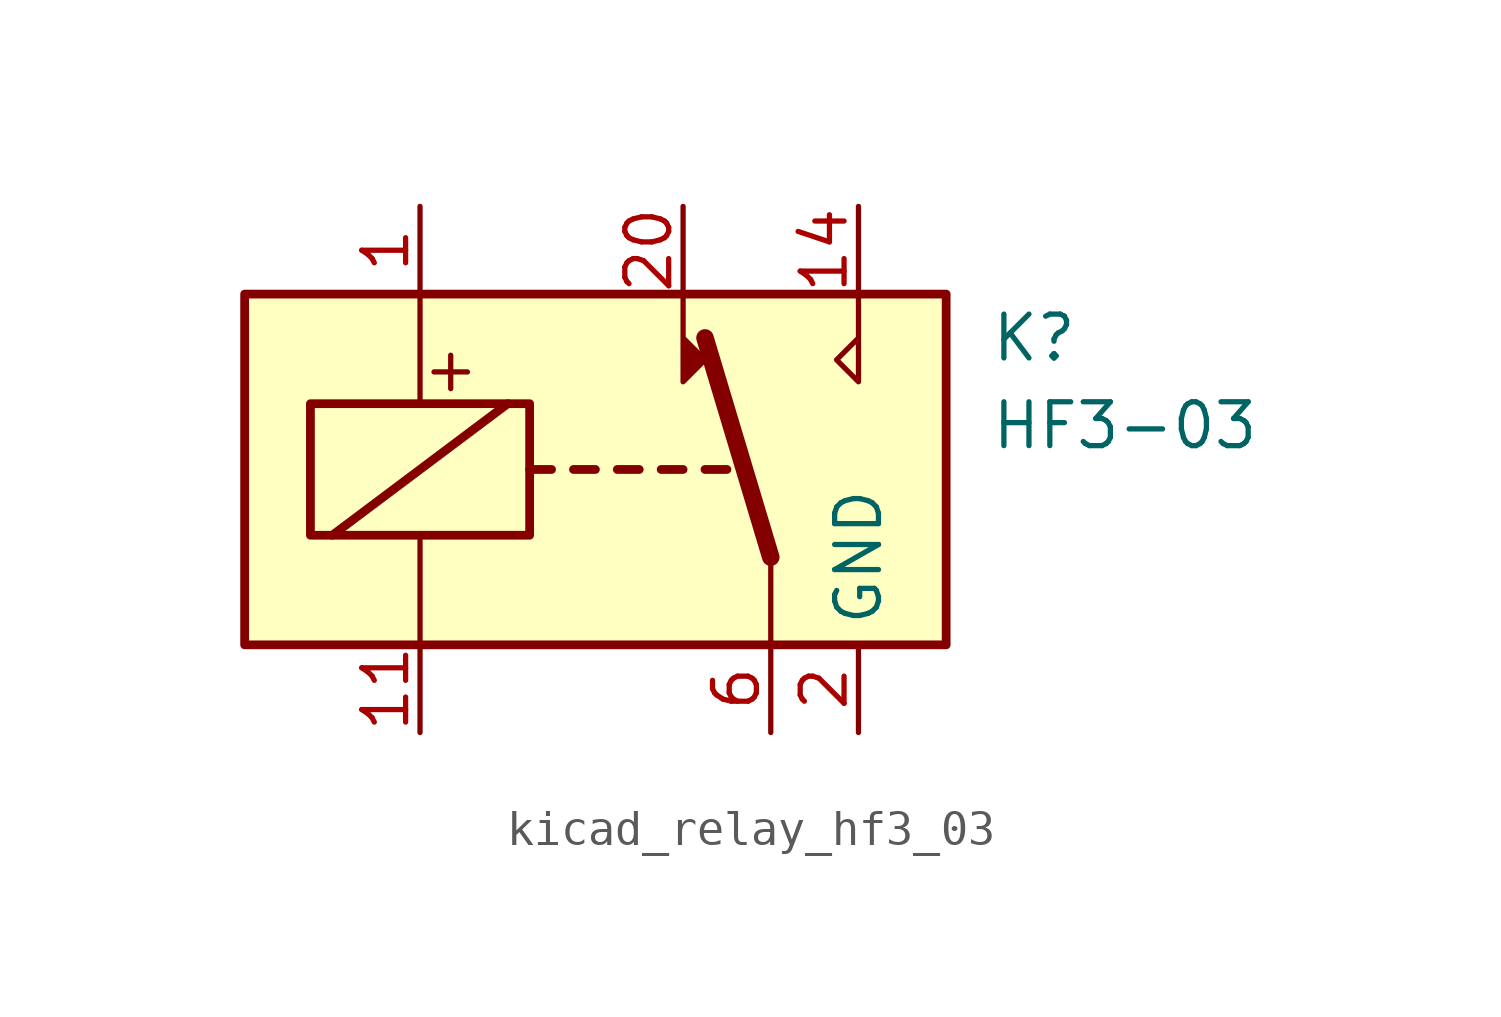
<source format=kicad_sym>
(kicad_symbol_lib
  (version 20220914)
  (generator kicad_symbol_editor)
  (symbol "kicad_relay_hf3_03"
    (property "Reference" "K"
      (at 11.43 3.81 0)
      (effects (font (size 1.27 1.27)) (justify left)))
    (property "Value" "HF3-03"
      (at 11.43 1.27 0)
      (effects (font (size 1.27 1.27)) (justify left)))
    (symbol "kicad_relay_hf3_03_0_0"
      (polyline (pts (xy 7.62 5.08) (xy 7.62 2.54) (xy 6.985 3.175) (xy 7.62 3.81)) (stroke (width 0) (type default)) (fill (type none)))
      (text "+" (at -4.191 2.921 0) (effects (font (size 1.27 1.27)))))
    (symbol "kicad_relay_hf3_03_0_1"
      (rectangle (start -10.16 5.08) (end 10.16 -5.08) (stroke (width 0.254) (type default)) (fill (type background)))
      (rectangle (start -8.255 1.905) (end -1.905 -1.905) (stroke (width 0.254) (type default)) (fill (type none)))
      (polyline (pts (xy -7.62 -1.905) (xy -2.54 1.905)) (stroke (width 0.254) (type default)) (fill (type none)))
      (polyline (pts (xy -5.08 -5.08) (xy -5.08 -1.905)) (stroke (width 0) (type default)) (fill (type none)))
      (polyline (pts (xy -5.08 5.08) (xy -5.08 1.905)) (stroke (width 0) (type default)) (fill (type none)))
      (polyline (pts (xy -1.905 0) (xy -1.27 0)) (stroke (width 0.254) (type default)) (fill (type none)))
      (polyline (pts (xy -0.635 0) (xy 0 0)) (stroke (width 0.254) (type default)) (fill (type none)))
      (polyline (pts (xy 0.635 0) (xy 1.27 0)) (stroke (width 0.254) (type default)) (fill (type none)))
      (polyline (pts (xy 1.905 0) (xy 2.54 0)) (stroke (width 0.254) (type default)) (fill (type none)))
      (polyline (pts (xy 3.175 0) (xy 3.81 0)) (stroke (width 0.254) (type default)) (fill (type none)))
      (polyline (pts (xy 5.08 -2.54) (xy 3.175 3.81)) (stroke (width 0.508) (type default)) (fill (type none)))
      (polyline (pts (xy 5.08 -2.54) (xy 5.08 -5.08)) (stroke (width 0) (type default)) (fill (type none)))
      (polyline (pts (xy 2.54 5.08) (xy 2.54 2.54) (xy 3.175 3.175) (xy 2.54 3.81)) (stroke (width 0) (type default)) (fill (type outline))))
    (symbol "kicad_relay_hf3_03_1_1"
      (pin passive line (at -5.08 7.62 270) (length 2.54) (name "~" (effects (font (size 1.27 1.27)))) (number "1" (effects (font (size 1.27 1.27)))))
      (pin passive line (at 7.62 -7.62 90) (length 2.54) hide (name "GND" (effects (font (size 1.27 1.27)))) (number "10" (effects (font (size 1.27 1.27)))))
      (pin passive line (at -5.08 -7.62 90) (length 2.54) (name "~" (effects (font (size 1.27 1.27)))) (number "11" (effects (font (size 1.27 1.27)))))
      (pin passive line (at 7.62 -7.62 90) (length 2.54) hide (name "GND" (effects (font (size 1.27 1.27)))) (number "12" (effects (font (size 1.27 1.27)))))
      (pin passive line (at 7.62 -7.62 90) (length 2.54) hide (name "GND" (effects (font (size 1.27 1.27)))) (number "13" (effects (font (size 1.27 1.27)))))
      (pin passive line (at 7.62 7.62 270) (length 2.54) (name "~" (effects (font (size 1.27 1.27)))) (number "14" (effects (font (size 1.27 1.27)))))
      (pin passive line (at 7.62 -7.62 90) (length 2.54) hide (name "GND" (effects (font (size 1.27 1.27)))) (number "15" (effects (font (size 1.27 1.27)))))
      (pin passive line (at 7.62 -7.62 90) (length 2.54) hide (name "GND" (effects (font (size 1.27 1.27)))) (number "17" (effects (font (size 1.27 1.27)))))
      (pin passive line (at 7.62 -7.62 90) (length 2.54) hide (name "GND" (effects (font (size 1.27 1.27)))) (number "19" (effects (font (size 1.27 1.27)))))
      (pin power_in line (at 7.62 -7.62 90) (length 2.54) (name "GND" (effects (font (size 1.27 1.27)))) (number "2" (effects (font (size 1.27 1.27)))))
      (pin passive line (at 2.54 7.62 270) (length 2.54) (name "~" (effects (font (size 1.27 1.27)))) (number "20" (effects (font (size 1.27 1.27)))))
      (pin passive line (at 7.62 -7.62 90) (length 2.54) hide (name "GND" (effects (font (size 1.27 1.27)))) (number "21" (effects (font (size 1.27 1.27)))))
      (pin passive line (at 7.62 -7.62 90) (length 2.54) hide (name "GND" (effects (font (size 1.27 1.27)))) (number "22" (effects (font (size 1.27 1.27)))))
      (pin passive line (at 7.62 -7.62 90) (length 2.54) hide (name "GND" (effects (font (size 1.27 1.27)))) (number "5" (effects (font (size 1.27 1.27)))))
      (pin passive line (at 5.08 -7.62 90) (length 2.54) (name "~" (effects (font (size 1.27 1.27)))) (number "6" (effects (font (size 1.27 1.27)))))
      (pin passive line (at 7.62 -7.62 90) (length 2.54) hide (name "GND" (effects (font (size 1.27 1.27)))) (number "7" (effects (font (size 1.27 1.27))))))))
</source>
